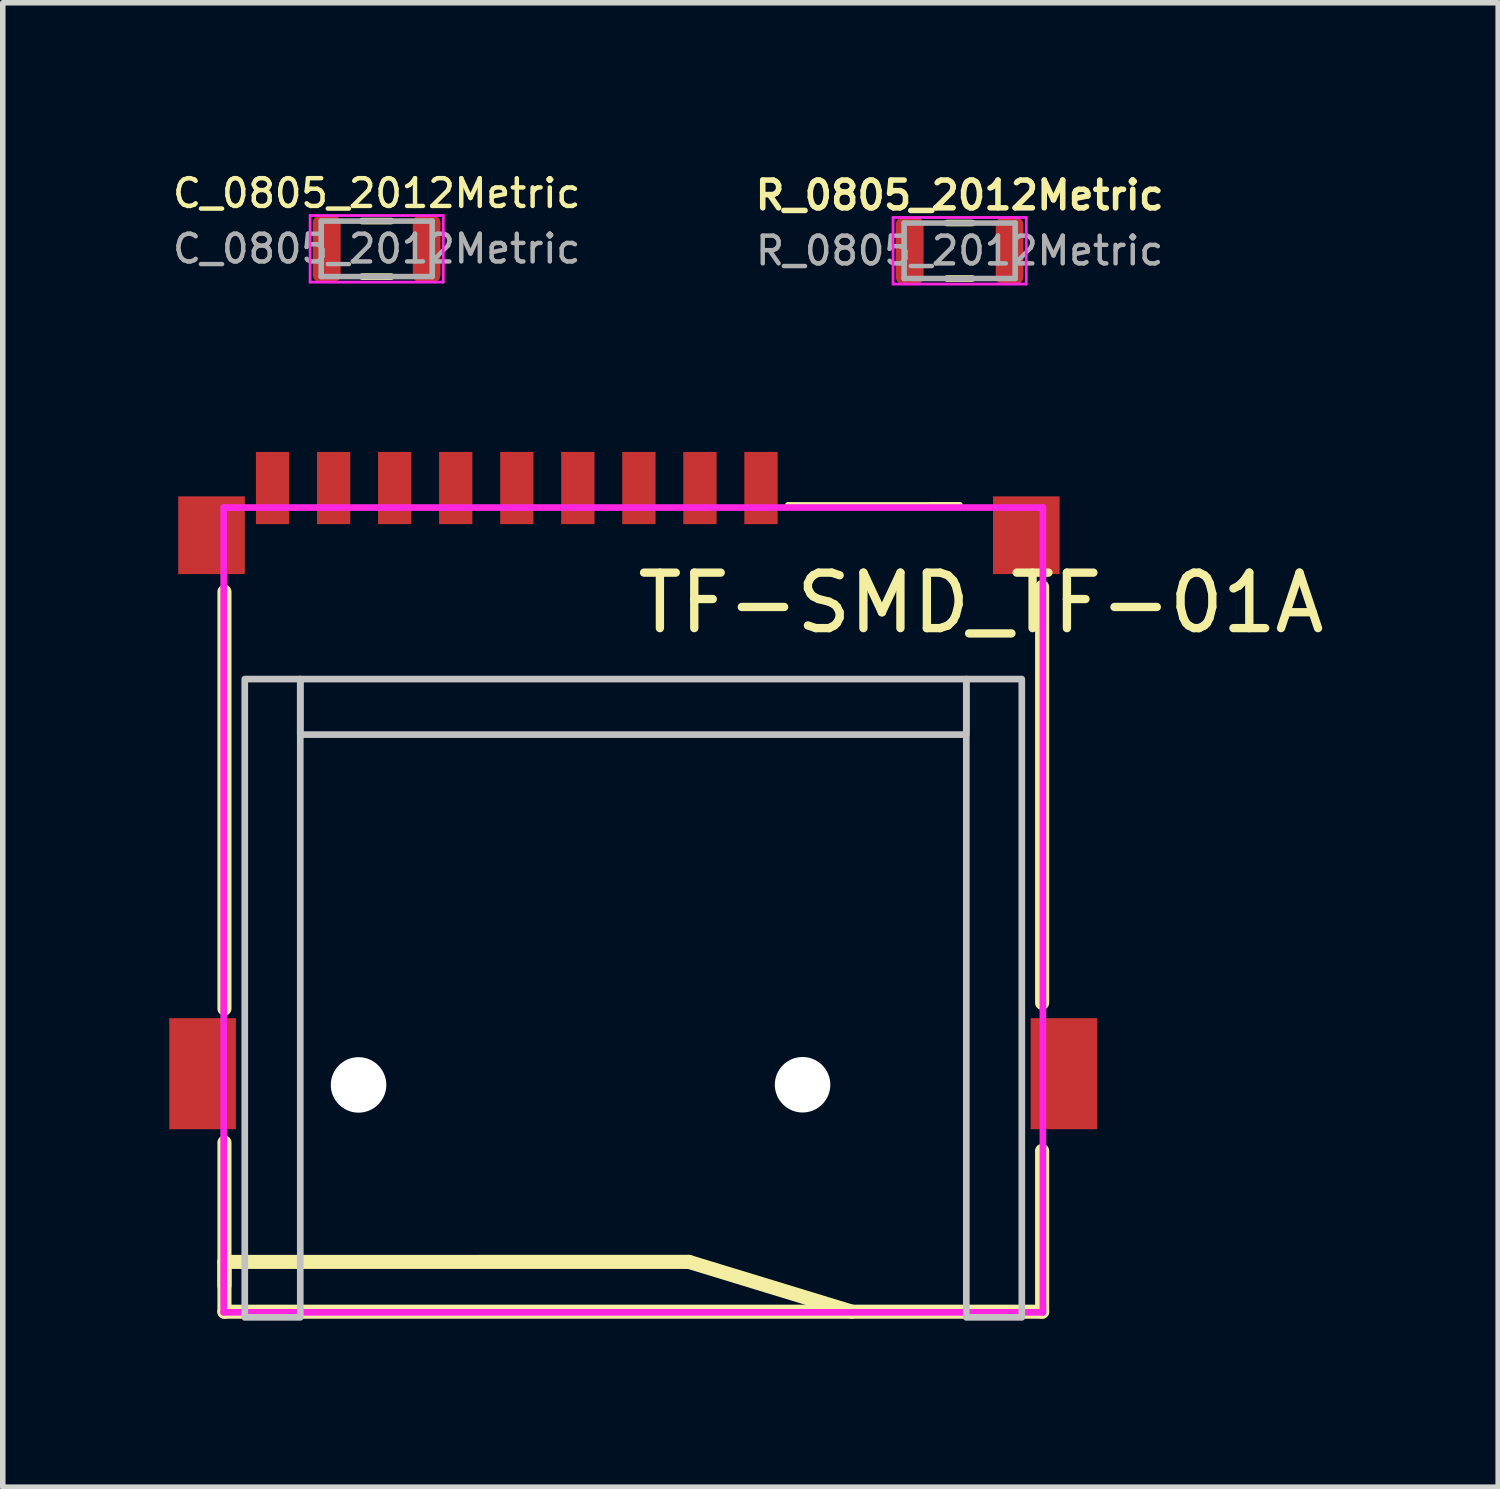
<source format=kicad_pcb>
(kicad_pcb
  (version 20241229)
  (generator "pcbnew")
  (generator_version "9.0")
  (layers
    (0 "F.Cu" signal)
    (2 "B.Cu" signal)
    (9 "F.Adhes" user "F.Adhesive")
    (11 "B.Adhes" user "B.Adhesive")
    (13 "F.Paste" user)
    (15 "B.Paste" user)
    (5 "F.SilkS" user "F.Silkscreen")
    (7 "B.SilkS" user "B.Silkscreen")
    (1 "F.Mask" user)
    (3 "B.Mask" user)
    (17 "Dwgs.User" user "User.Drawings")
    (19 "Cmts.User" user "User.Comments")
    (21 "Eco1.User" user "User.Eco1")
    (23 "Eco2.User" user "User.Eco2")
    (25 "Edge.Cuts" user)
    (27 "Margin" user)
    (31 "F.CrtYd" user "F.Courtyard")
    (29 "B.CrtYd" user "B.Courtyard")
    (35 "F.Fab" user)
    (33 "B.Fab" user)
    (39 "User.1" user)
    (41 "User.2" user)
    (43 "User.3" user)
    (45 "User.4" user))
  (footprint "C_0805_2012Metric"
    (layer "F.Cu")
    (at 3.737 1.433)
    (property "Reference" "C_0805_2012Metric" (at 0 -1 0) (layer "F.SilkS") (effects (font (size 0.5 0.5) (thickness 0.08))))
    (attr smd)
    (fp_line (start -0.261 -0.5) (end 0.261 -0.5) (stroke (width 0.12) (type solid)) (layer "F.SilkS"))
    (fp_line (start -0.261 0.5) (end 0.261 0.5) (stroke (width 0.12) (type solid)) (layer "F.SilkS"))
    (fp_line (start -1.2 -0.6) (end 1.2 -0.6) (stroke (width 0.05) (type solid)) (layer "F.CrtYd"))
    (fp_line (start -1.2 0.6) (end -1.2 -0.6) (stroke (width 0.05) (type solid)) (layer "F.CrtYd"))
    (fp_line (start 1.2 -0.6) (end 1.2 0.6) (stroke (width 0.05) (type solid)) (layer "F.CrtYd"))
    (fp_line (start 1.2 0.6) (end -1.2 0.6) (stroke (width 0.05) (type solid)) (layer "F.CrtYd"))
    (fp_line (start -1 -0.5) (end 1 -0.5) (stroke (width 0.1) (type solid)) (layer "F.Fab"))
    (fp_line (start -1 0.5) (end -1 -0.5) (stroke (width 0.1) (type solid)) (layer "F.Fab"))
    (fp_line (start 1 -0.5) (end 1 0.5) (stroke (width 0.1) (type solid)) (layer "F.Fab"))
    (fp_line (start 1 0.5) (end -1 0.5) (stroke (width 0.1) (type solid)) (layer "F.Fab"))
    (fp_text user "${REFERENCE}" (at 0 0 0) (layer "F.Fab") (effects (font (size 0.5 0.5) (thickness 0.08))))
    (pad "1" smd roundrect (at -0.9 0) (size 0.5 1.2) (layers "F.Cu" "F.Mask" "F.Paste") (roundrect_rratio 0.25))
    (pad "2" smd roundrect (at 0.9 0) (size 0.5 1.2) (layers "F.Cu" "F.Mask" "F.Paste") (roundrect_rratio 0.25)))
  (footprint "TF-SMD_TF-01A"
    (layer "F.Cu")
    (at 8.36 11.019)
    (property "Reference" "TF-SMD_TF-01A" (at 0 -3.207 0) (layer "F.SilkS") (effects (font (size 1 1) (thickness 0.15)) (justify left)))
    (attr through_hole)
    (fp_line (start -7.366 -3.406) (end -7.366 4.103) (stroke (width 0.254) (type solid)) (layer "F.SilkS"))
    (fp_line (start -7.366 6.516) (end -7.366 9.564) (stroke (width 0.254) (type solid)) (layer "F.SilkS"))
    (fp_line (start -7.366 8.667) (end 1 8.666) (stroke (width 0.254) (type solid)) (layer "F.SilkS"))
    (fp_line (start -7.366 9.091) (end -7.366 8.667) (stroke (width 0.254) (type solid)) (layer "F.SilkS"))
    (fp_line (start -7.366 9.564) (end 7.366 9.564) (stroke (width 0.254) (type solid)) (layer "F.SilkS"))
    (fp_line (start 1 8.666) (end 3.937 9.563) (stroke (width 0.254) (type solid)) (layer "F.SilkS"))
    (fp_line (start 2.786 -4.972) (end 5.885 -4.973) (stroke (width 0.102) (type solid)) (layer "F.SilkS"))
    (fp_line (start 7.366 4) (end 7.366 -3.493) (stroke (width 0.254) (type solid)) (layer "F.SilkS"))
    (fp_line (start 7.366 9.564) (end 7.366 6.666) (stroke (width 0.254) (type solid)) (layer "F.SilkS"))
    (fp_circle (center -4.95 5.478) (end -4.75 5.478) (stroke (width 0.4) (type solid)) (fill no) (layer "Dwgs.User"))
    (fp_circle (center 3.05 5.475) (end 3.25 5.475) (stroke (width 0.4) (type solid)) (fill no) (layer "Dwgs.User"))
    (fp_poly (pts (xy -6 -1.834) (xy 6 -1.834) (xy 6 -0.834) (xy -6 -0.834)) (stroke (width 0.12) (type solid)) (fill no) (layer "Dwgs.User"))
    (fp_poly (pts (xy 7 9.666) (xy 7 -1.834) (xy 6 -1.834) (xy 6 9.666)) (stroke (width 0.12) (type solid)) (fill no) (layer "Dwgs.User"))
    (fp_poly (pts (xy -7 9.666) (xy -7 -1.834) (xy -6 -1.834) (xy -6 9.666) (xy -7 9.666)) (stroke (width 0.12) (type solid)) (fill no) (layer "Dwgs.User"))
    (fp_line (start -3.386 -4.984) (end -3.016 -4.984) (stroke (width 0.12) (type solid)) (layer "Eco2.User"))
    (fp_line (start -3.386 -4.914) (end -3.386 -4.984) (stroke (width 0.12) (type solid)) (layer "Eco2.User"))
    (fp_line (start -3.016 -4.984) (end -3.016 -4.914) (stroke (width 0.12) (type solid)) (layer "Eco2.User"))
    (fp_line (start -3.016 -4.914) (end -3.386 -4.914) (stroke (width 0.12) (type solid)) (layer "Eco2.User"))
    (fp_line (start -2.288 -4.984) (end -1.918 -4.984) (stroke (width 0.12) (type solid)) (layer "Eco2.User"))
    (fp_line (start -2.288 -4.914) (end -2.288 -4.984) (stroke (width 0.12) (type solid)) (layer "Eco2.User"))
    (fp_line (start -1.918 -4.984) (end -1.918 -4.914) (stroke (width 0.12) (type solid)) (layer "Eco2.User"))
    (fp_line (start -1.918 -4.914) (end -2.288 -4.914) (stroke (width 0.12) (type solid)) (layer "Eco2.User"))
    (fp_circle (center 8.05 -5.474) (end 8.08 -5.474) (stroke (width 0.06) (type solid)) (fill no) (layer "Eco2.User"))
    (fp_poly (pts (xy -8.05 4.476) (xy -7.35 4.476) (xy -7.35 6.076) (xy -8.05 6.076)) (stroke (width 0.12) (type solid)) (fill no) (layer "Eco2.User"))
    (fp_poly (pts (xy -7.95 -3.926) (xy -7.95 -4.926) (xy -7.25 -4.926) (xy -7.25 -3.926)) (stroke (width 0.12) (type solid)) (fill no) (layer "Eco2.User"))
    (fp_poly (pts (xy -6.684 -4.924) (xy -6.684 -5.474) (xy -6.314 -5.474) (xy -6.314 -4.924)) (stroke (width 0.12) (type solid)) (fill no) (layer "Eco2.User"))
    (fp_poly (pts (xy -5.58 -4.924) (xy -5.58 -5.474) (xy -5.21 -5.474) (xy -5.21 -4.924)) (stroke (width 0.12) (type solid)) (fill no) (layer "Eco2.User"))
    (fp_poly (pts (xy -4.482 -4.924) (xy -4.482 -5.474) (xy -4.112 -5.474) (xy -4.112 -4.924)) (stroke (width 0.12) (type solid)) (fill no) (layer "Eco2.User"))
    (fp_poly (pts (xy -3.386 -4.924) (xy -3.386 -5.474) (xy -3.016 -5.474) (xy -3.016 -4.924)) (stroke (width 0.12) (type solid)) (fill no) (layer "Eco2.User"))
    (fp_poly (pts (xy -2.288 -4.924) (xy -2.288 -5.474) (xy -1.918 -5.474) (xy -1.918 -4.924)) (stroke (width 0.12) (type solid)) (fill no) (layer "Eco2.User"))
    (fp_poly (pts (xy -1.189 -4.924) (xy -1.189 -5.474) (xy -0.819 -5.474) (xy -0.819 -4.924)) (stroke (width 0.12) (type solid)) (fill no) (layer "Eco2.User"))
    (fp_poly (pts (xy -0.089 -4.924) (xy -0.089 -5.474) (xy 0.28 -5.474) (xy 0.28 -4.924)) (stroke (width 0.12) (type solid)) (fill no) (layer "Eco2.User"))
    (fp_poly (pts (xy 1.007 -4.924) (xy 1.007 -5.474) (xy 1.377 -5.474) (xy 1.377 -4.924)) (stroke (width 0.12) (type solid)) (fill no) (layer "Eco2.User"))
    (fp_poly (pts (xy 2.107 -4.924) (xy 2.107 -5.474) (xy 2.477 -5.474) (xy 2.477 -4.924)) (stroke (width 0.12) (type solid)) (fill no) (layer "Eco2.User"))
    (fp_poly (pts (xy 6.66 -4.926) (xy 7.31 -4.926) (xy 7.31 -3.926) (xy 6.66 -3.926)) (stroke (width 0.12) (type solid)) (fill no) (layer "Eco2.User"))
    (fp_poly (pts (xy 7.35 6.076) (xy 7.35 4.476) (xy 8.05 4.476) (xy 8.05 6.076)) (stroke (width 0.12) (type solid)) (fill no) (layer "Eco2.User"))
    (fp_line (start -7.38 -4.925) (end 7.38 -4.925) (stroke (width 0.12) (type solid)) (layer "F.CrtYd"))
    (fp_line (start -7.38 9.575) (end -7.38 -4.925) (stroke (width 0.12) (type solid)) (layer "F.CrtYd"))
    (fp_line (start 7.38 -4.925) (end 7.38 9.575) (stroke (width 0.12) (type solid)) (layer "F.CrtYd"))
    (fp_line (start 7.38 9.575) (end -7.38 9.575) (stroke (width 0.12) (type solid)) (layer "F.CrtYd"))
    (pad "" np_thru_hole circle (at -4.95 5.478) (size 1 1) (drill 1) (layers "*.Cu" "*.Mask"))
    (pad "" np_thru_hole circle (at 3.05 5.475) (size 1 1) (drill 1) (layers "*.Cu" "*.Mask"))
    (pad "1" smd rect (at 2.301 -5.276) (size 0.6 1.3) (layers "F.Cu" "F.Mask" "F.Paste"))
    (pad "2" smd rect (at 1.201 -5.276) (size 0.6 1.3) (layers "F.Cu" "F.Mask" "F.Paste"))
    (pad "3" smd rect (at 0.101 -5.276) (size 0.6 1.3) (layers "F.Cu" "F.Mask" "F.Paste"))
    (pad "4" smd rect (at -0.999 -5.276) (size 0.6 1.3) (layers "F.Cu" "F.Mask" "F.Paste"))
    (pad "5" smd rect (at -2.099 -5.276) (size 0.6 1.3) (layers "F.Cu" "F.Mask" "F.Paste"))
    (pad "6" smd rect (at -3.199 -5.276) (size 0.6 1.3) (layers "F.Cu" "F.Mask" "F.Paste"))
    (pad "7" smd rect (at -4.299 -5.276) (size 0.6 1.3) (layers "F.Cu" "F.Mask" "F.Paste"))
    (pad "8" smd rect (at -5.399 -5.276) (size 0.6 1.3) (layers "F.Cu" "F.Mask" "F.Paste"))
    (pad "9" smd rect (at -6.499 -5.276) (size 0.6 1.3) (layers "F.Cu" "F.Mask" "F.Paste"))
    (pad "10" smd rect (at -7.599 -4.426) (size 1.2 1.4) (layers "F.Cu" "F.Mask" "F.Paste"))
    (pad "11" smd rect (at -7.76 5.276) (size 1.2 2) (layers "F.Cu" "F.Mask" "F.Paste"))
    (pad "12" smd rect (at 7.76 5.276) (size 1.2 2) (layers "F.Cu" "F.Mask" "F.Paste"))
    (pad "13" smd rect (at 7.081 -4.426) (size 1.2 1.4) (layers "F.Cu" "F.Mask" "F.Paste")))
  (footprint "R_0805_2012Metric"
    (layer "F.Cu")
    (at 14.24 1.468)
    (property "Reference" "R_0805_2012Metric" (at 0 -1 0) (layer "F.SilkS") (effects (font (size 0.5 0.5) (thickness 0.1))))
    (attr smd)
    (fp_line (start -0.227 -0.5) (end 0.227 -0.5) (stroke (width 0.12) (type solid)) (layer "F.SilkS"))
    (fp_line (start -0.227 0.5) (end 0.227 0.5) (stroke (width 0.12) (type solid)) (layer "F.SilkS"))
    (fp_line (start -1.2 -0.6) (end 1.2 -0.6) (stroke (width 0.05) (type solid)) (layer "F.CrtYd"))
    (fp_line (start -1.2 0.6) (end -1.2 -0.6) (stroke (width 0.05) (type solid)) (layer "F.CrtYd"))
    (fp_line (start 1.2 -0.6) (end 1.2 0.6) (stroke (width 0.05) (type solid)) (layer "F.CrtYd"))
    (fp_line (start 1.2 0.6) (end -1.2 0.6) (stroke (width 0.05) (type solid)) (layer "F.CrtYd"))
    (fp_line (start -1 -0.5) (end 1 -0.5) (stroke (width 0.1) (type solid)) (layer "F.Fab"))
    (fp_line (start -1 0.5) (end -1 -0.5) (stroke (width 0.1) (type solid)) (layer "F.Fab"))
    (fp_line (start 1 -0.5) (end 1 0.5) (stroke (width 0.1) (type solid)) (layer "F.Fab"))
    (fp_line (start 1 0.5) (end -1 0.5) (stroke (width 0.1) (type solid)) (layer "F.Fab"))
    (fp_text user "${REFERENCE}" (at 0 0 0) (layer "F.Fab") (effects (font (size 0.5 0.5) (thickness 0.08))))
    (pad "1" smd roundrect (at -0.9 0) (size 0.5 1.2) (layers "F.Cu" "F.Mask" "F.Paste") (roundrect_rratio 0.244))
    (pad "2" smd roundrect (at 0.9 0) (size 0.5 1.2) (layers "F.Cu" "F.Mask" "F.Paste") (roundrect_rratio 0.244)))
  (gr_rect
    (start -3 -3)
    (end 23.943 23.745)
    (stroke (width 0.1) (type default))
    (fill no)
    (layer "Edge.Cuts")))
</source>
